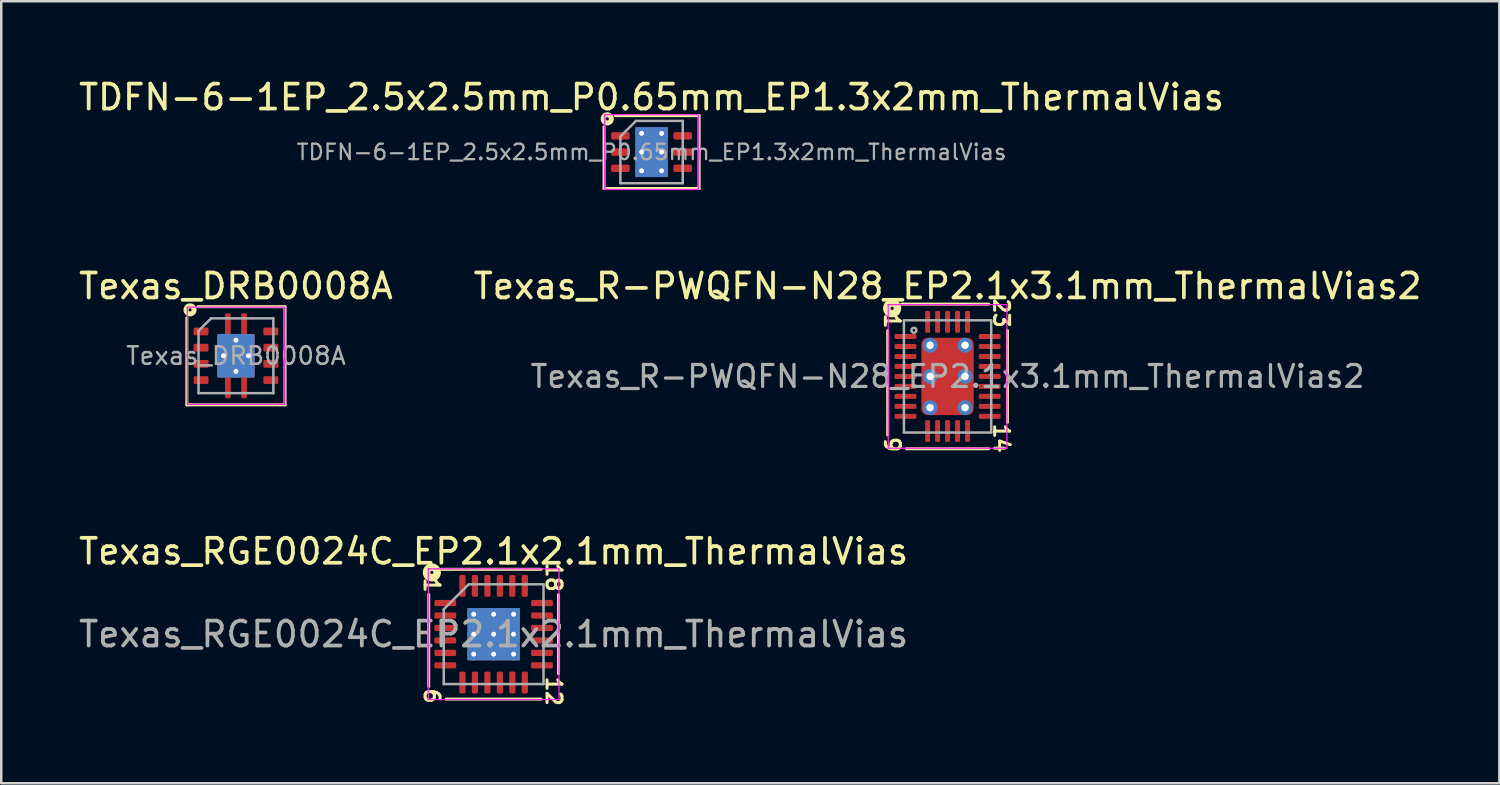
<source format=kicad_pcb>
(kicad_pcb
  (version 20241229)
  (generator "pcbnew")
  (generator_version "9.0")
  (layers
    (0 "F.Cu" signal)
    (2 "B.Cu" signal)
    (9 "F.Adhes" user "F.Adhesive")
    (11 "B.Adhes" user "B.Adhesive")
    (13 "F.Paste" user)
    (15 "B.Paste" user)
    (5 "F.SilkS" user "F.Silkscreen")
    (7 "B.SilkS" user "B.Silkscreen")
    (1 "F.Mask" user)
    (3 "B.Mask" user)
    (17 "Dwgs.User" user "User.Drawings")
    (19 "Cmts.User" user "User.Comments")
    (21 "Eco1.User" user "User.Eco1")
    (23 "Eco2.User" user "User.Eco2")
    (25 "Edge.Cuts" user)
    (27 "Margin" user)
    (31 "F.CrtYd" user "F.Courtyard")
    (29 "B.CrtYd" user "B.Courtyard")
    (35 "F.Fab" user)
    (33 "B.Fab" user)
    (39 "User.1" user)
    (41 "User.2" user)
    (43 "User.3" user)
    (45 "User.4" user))
  (footprint "Texas_DRB0008A"
    (layer "F.Cu")
    (at 6.411 11.216)
    (property "Reference" "Texas_DRB0008A" (at 0 -2.794 0) (layer "F.SilkS") (effects (font (size 1 1) (thickness 0.15))))
    (attr smd)
    (fp_line (start -1.968 -1.524) (end -1.968 1.968) (stroke (width 0.12) (type solid)) (layer "F.SilkS"))
    (fp_line (start -1.968 1.968) (end 1.968 1.968) (stroke (width 0.12) (type solid)) (layer "F.SilkS"))
    (fp_line (start 1.968 -1.968) (end -1.524 -1.968) (stroke (width 0.12) (type solid)) (layer "F.SilkS"))
    (fp_line (start 1.968 1.968) (end 1.968 -1.968) (stroke (width 0.12) (type solid)) (layer "F.SilkS"))
    (fp_circle (center -1.841 -1.841) (end -1.778 -1.841) (stroke (width 0.2) (type solid)) (fill no) (layer "F.SilkS"))
    (fp_line (start -1.95 -1.95) (end -1.95 1.95) (stroke (width 0.05) (type solid)) (layer "F.CrtYd"))
    (fp_line (start -1.95 -1.95) (end 1.95 -1.95) (stroke (width 0.05) (type solid)) (layer "F.CrtYd"))
    (fp_line (start -1.95 1.95) (end 1.95 1.95) (stroke (width 0.05) (type solid)) (layer "F.CrtYd"))
    (fp_line (start 1.95 -1.95) (end 1.95 1.95) (stroke (width 0.05) (type solid)) (layer "F.CrtYd"))
    (fp_line (start -1.5 -1) (end -1.5 1.5) (stroke (width 0.1) (type solid)) (layer "F.Fab"))
    (fp_line (start -1.5 -1) (end -1 -1.5) (stroke (width 0.1) (type solid)) (layer "F.Fab"))
    (fp_line (start -1.5 1.5) (end 1.5 1.5) (stroke (width 0.1) (type solid)) (layer "F.Fab"))
    (fp_line (start -1 -1.5) (end 1.5 -1.5) (stroke (width 0.1) (type solid)) (layer "F.Fab"))
    (fp_line (start 1.5 -1.5) (end 1.5 1.5) (stroke (width 0.1) (type solid)) (layer "F.Fab"))
    (fp_text user "${REFERENCE}" (at 0 0 0) (layer "F.Fab") (effects (font (size 0.7 0.7) (thickness 0.1))))
    (pad "" smd roundrect (at -0.325 -1.337) (size 0.23 0.725) (layers "F.Paste") (roundrect_rratio 0.22))
    (pad "" smd roundrect (at -0.325 1.337) (size 0.23 0.725) (layers "F.Paste") (roundrect_rratio 0.22))
    (pad "" smd roundrect (at 0 0) (size 1.34 1.55) (layers "F.Paste") (roundrect_rratio 0.038))
    (pad "" smd roundrect (at 0.325 -1.337) (size 0.23 0.725) (layers "F.Paste") (roundrect_rratio 0.22))
    (pad "" smd roundrect (at 0.325 1.337) (size 0.23 0.725) (layers "F.Paste") (roundrect_rratio 0.22))
    (pad "1" smd roundrect (at -1.4 -0.975) (size 0.6 0.31) (layers "F.Cu" "F.Mask" "F.Paste") (roundrect_rratio 0.16))
    (pad "2" smd roundrect (at -1.4 -0.325) (size 0.6 0.31) (layers "F.Cu" "F.Mask" "F.Paste") (roundrect_rratio 0.16))
    (pad "3" smd roundrect (at -1.4 0.325) (size 0.6 0.31) (layers "F.Cu" "F.Mask" "F.Paste") (roundrect_rratio 0.16))
    (pad "4" smd roundrect (at -1.4 0.975) (size 0.6 0.31) (layers "F.Cu" "F.Mask" "F.Paste") (roundrect_rratio 0.16))
    (pad "5" smd roundrect (at 1.4 0.975) (size 0.6 0.31) (layers "F.Cu" "F.Mask" "F.Paste") (roundrect_rratio 0.16))
    (pad "6" smd roundrect (at 1.4 0.325) (size 0.6 0.31) (layers "F.Cu" "F.Mask" "F.Paste") (roundrect_rratio 0.16))
    (pad "7" smd roundrect (at 1.4 -0.325) (size 0.6 0.31) (layers "F.Cu" "F.Mask" "F.Paste") (roundrect_rratio 0.16))
    (pad "8" smd roundrect (at 1.4 -0.975) (size 0.6 0.31) (layers "F.Cu" "F.Mask" "F.Paste") (roundrect_rratio 0.16))
    (pad "9" thru_hole circle (at -0.5 0) (size 0.5 0.5) (drill 0.2) (layers "*.Cu"))
    (pad "9" smd roundrect (at -0.325 -1.188) (size 0.23 1.025) (layers "F.Cu" "F.Mask") (roundrect_rratio 0.22))
    (pad "9" smd roundrect (at -0.325 1.188) (size 0.23 1.025) (layers "F.Cu" "F.Mask") (roundrect_rratio 0.22))
    (pad "9" thru_hole circle (at 0 -0.625) (size 0.5 0.5) (drill 0.2) (layers "*.Cu"))
    (pad "9" smd roundrect (at 0 0) (size 1.5 1.75) (layers "F.Cu" "F.Mask") (roundrect_rratio 0.034))
    (pad "9" smd roundrect (at 0 0) (size 1.5 1.75) (layers "B.Cu" "B.Mask") (roundrect_rratio 0.034))
    (pad "9" thru_hole circle (at 0 0.625) (size 0.5 0.5) (drill 0.2) (layers "*.Cu"))
    (pad "9" smd roundrect (at 0.325 -1.188) (size 0.23 1.025) (layers "F.Cu" "F.Mask") (roundrect_rratio 0.22))
    (pad "9" smd roundrect (at 0.325 1.188) (size 0.23 1.025) (layers "F.Cu" "F.Mask") (roundrect_rratio 0.22))
    (pad "9" thru_hole circle (at 0.5 0) (size 0.5 0.5) (drill 0.2) (layers "*.Cu")))
  (footprint "Texas_RGE0024C_EP2.1x2.1mm_ThermalVias"
    (layer "F.Cu")
    (at 16.744 22.38)
    (property "Reference" "Texas_RGE0024C_EP2.1x2.1mm_ThermalVias" (at 0 -3.32 0) (layer "F.SilkS") (effects (font (size 1 1) (thickness 0.15))))
    (attr smd)
    (fp_line (start -2.603 -1.587) (end -2.603 2.095) (stroke (width 0.12) (type solid)) (layer "F.SilkS"))
    (fp_line (start -1.905 2.603) (end 1.905 2.603) (stroke (width 0.12) (type solid)) (layer "F.SilkS"))
    (fp_line (start 1.905 -2.603) (end -2.095 -2.603) (stroke (width 0.12) (type solid)) (layer "F.SilkS"))
    (fp_line (start 2.603 1.587) (end 2.603 -1.587) (stroke (width 0.12) (type solid)) (layer "F.SilkS"))
    (fp_circle (center -2.477 -2.477) (end -2.413 -2.477) (stroke (width 0.3) (type solid)) (fill no) (layer "F.SilkS"))
    (fp_line (start -2.62 -2.62) (end -2.62 2.62) (stroke (width 0.05) (type solid)) (layer "F.CrtYd"))
    (fp_line (start -2.62 2.62) (end 2.62 2.62) (stroke (width 0.05) (type solid)) (layer "F.CrtYd"))
    (fp_line (start 2.62 -2.62) (end -2.62 -2.62) (stroke (width 0.05) (type solid)) (layer "F.CrtYd"))
    (fp_line (start 2.62 2.62) (end 2.62 -2.62) (stroke (width 0.05) (type solid)) (layer "F.CrtYd"))
    (fp_line (start -2 -1) (end -1 -2) (stroke (width 0.1) (type solid)) (layer "F.Fab"))
    (fp_line (start -2 2) (end -2 -1) (stroke (width 0.1) (type solid)) (layer "F.Fab"))
    (fp_line (start -1 -2) (end 2 -2) (stroke (width 0.1) (type solid)) (layer "F.Fab"))
    (fp_line (start 2 -2) (end 2 2) (stroke (width 0.1) (type solid)) (layer "F.Fab"))
    (fp_line (start 2 2) (end -2 2) (stroke (width 0.1) (type solid)) (layer "F.Fab"))
    (fp_text user "1" (at -2.477 -1.968 270) (unlocked yes) (layer "F.SilkS") (effects (font (size 0.6 0.6) (thickness 0.12))))
    (fp_text user "6" (at -2.477 2.477 270) (unlocked yes) (layer "F.SilkS") (effects (font (size 0.6 0.6) (thickness 0.12))))
    (fp_text user "18" (at 2.413 -2.286 270) (unlocked yes) (layer "F.SilkS") (effects (font (size 0.6 0.6) (thickness 0.12))))
    (fp_text user "12" (at 2.413 2.286 270) (unlocked yes) (layer "F.SilkS") (effects (font (size 0.6 0.6) (thickness 0.12))))
    (fp_text user "${REFERENCE}" (at 0 0 0) (layer "F.Fab") (effects (font (size 1 1) (thickness 0.15))))
    (pad "" smd roundrect (at -0.525 -0.525) (size 0.85 0.85) (layers "F.Paste") (roundrect_rratio 0.25))
    (pad "" smd roundrect (at -0.525 0.525) (size 0.85 0.85) (layers "F.Paste") (roundrect_rratio 0.25))
    (pad "" smd roundrect (at 0.525 -0.525) (size 0.85 0.85) (layers "F.Paste") (roundrect_rratio 0.25))
    (pad "" smd roundrect (at 0.525 0.525) (size 0.85 0.85) (layers "F.Paste") (roundrect_rratio 0.25))
    (pad "1" smd roundrect (at -1.938 -1.25) (size 0.875 0.25) (layers "F.Cu" "F.Mask" "F.Paste") (roundrect_rratio 0.25))
    (pad "2" smd roundrect (at -1.938 -0.75) (size 0.875 0.25) (layers "F.Cu" "F.Mask" "F.Paste") (roundrect_rratio 0.25))
    (pad "3" smd roundrect (at -1.938 -0.25) (size 0.875 0.25) (layers "F.Cu" "F.Mask" "F.Paste") (roundrect_rratio 0.25))
    (pad "4" smd roundrect (at -1.938 0.25) (size 0.875 0.25) (layers "F.Cu" "F.Mask" "F.Paste") (roundrect_rratio 0.25))
    (pad "5" smd roundrect (at -1.938 0.75) (size 0.875 0.25) (layers "F.Cu" "F.Mask" "F.Paste") (roundrect_rratio 0.25))
    (pad "6" smd roundrect (at -1.938 1.25) (size 0.875 0.25) (layers "F.Cu" "F.Mask" "F.Paste") (roundrect_rratio 0.25))
    (pad "7" smd roundrect (at -1.25 1.938) (size 0.25 0.875) (layers "F.Cu" "F.Mask" "F.Paste") (roundrect_rratio 0.25))
    (pad "8" smd roundrect (at -0.75 1.938) (size 0.25 0.875) (layers "F.Cu" "F.Mask" "F.Paste") (roundrect_rratio 0.25))
    (pad "9" smd roundrect (at -0.25 1.938) (size 0.25 0.875) (layers "F.Cu" "F.Mask" "F.Paste") (roundrect_rratio 0.25))
    (pad "10" smd roundrect (at 0.25 1.938) (size 0.25 0.875) (layers "F.Cu" "F.Mask" "F.Paste") (roundrect_rratio 0.25))
    (pad "11" smd roundrect (at 0.75 1.938) (size 0.25 0.875) (layers "F.Cu" "F.Mask" "F.Paste") (roundrect_rratio 0.25))
    (pad "12" smd roundrect (at 1.25 1.938) (size 0.25 0.875) (layers "F.Cu" "F.Mask" "F.Paste") (roundrect_rratio 0.25))
    (pad "13" smd roundrect (at 1.938 1.25) (size 0.875 0.25) (layers "F.Cu" "F.Mask" "F.Paste") (roundrect_rratio 0.25))
    (pad "14" smd roundrect (at 1.938 0.75) (size 0.875 0.25) (layers "F.Cu" "F.Mask" "F.Paste") (roundrect_rratio 0.25))
    (pad "15" smd roundrect (at 1.938 0.25) (size 0.875 0.25) (layers "F.Cu" "F.Mask" "F.Paste") (roundrect_rratio 0.25))
    (pad "16" smd roundrect (at 1.938 -0.25) (size 0.875 0.25) (layers "F.Cu" "F.Mask" "F.Paste") (roundrect_rratio 0.25))
    (pad "17" smd roundrect (at 1.938 -0.75) (size 0.875 0.25) (layers "F.Cu" "F.Mask" "F.Paste") (roundrect_rratio 0.25))
    (pad "18" smd roundrect (at 1.938 -1.25) (size 0.875 0.25) (layers "F.Cu" "F.Mask" "F.Paste") (roundrect_rratio 0.25))
    (pad "19" smd roundrect (at 1.25 -1.938) (size 0.25 0.875) (layers "F.Cu" "F.Mask" "F.Paste") (roundrect_rratio 0.25))
    (pad "20" smd roundrect (at 0.75 -1.938) (size 0.25 0.875) (layers "F.Cu" "F.Mask" "F.Paste") (roundrect_rratio 0.25))
    (pad "21" smd roundrect (at 0.25 -1.938) (size 0.25 0.875) (layers "F.Cu" "F.Mask" "F.Paste") (roundrect_rratio 0.25))
    (pad "22" smd roundrect (at -0.25 -1.938) (size 0.25 0.875) (layers "F.Cu" "F.Mask" "F.Paste") (roundrect_rratio 0.25))
    (pad "23" smd roundrect (at -0.75 -1.938) (size 0.25 0.875) (layers "F.Cu" "F.Mask" "F.Paste") (roundrect_rratio 0.25))
    (pad "24" smd roundrect (at -1.25 -1.938) (size 0.25 0.875) (layers "F.Cu" "F.Mask" "F.Paste") (roundrect_rratio 0.25))
    (pad "25" thru_hole circle (at -0.8 -0.8) (size 0.5 0.5) (drill 0.2) (layers "*.Cu"))
    (pad "25" thru_hole circle (at -0.8 0) (size 0.5 0.5) (drill 0.2) (layers "*.Cu"))
    (pad "25" thru_hole circle (at -0.8 0.8) (size 0.5 0.5) (drill 0.2) (layers "*.Cu"))
    (pad "25" thru_hole circle (at 0 -0.8) (size 0.5 0.5) (drill 0.2) (layers "*.Cu"))
    (pad "25" thru_hole circle (at 0 0) (size 0.5 0.5) (drill 0.2) (layers "*.Cu"))
    (pad "25" smd rect (at 0 0) (size 2.1 2.1) (layers "F.Cu" "F.Mask"))
    (pad "25" smd rect (at 0 0) (size 2.1 2.1) (layers "B.Cu" "B.Mask"))
    (pad "25" thru_hole circle (at 0 0.8) (size 0.5 0.5) (drill 0.2) (layers "*.Cu"))
    (pad "25" thru_hole circle (at 0.8 -0.8) (size 0.5 0.5) (drill 0.2) (layers "*.Cu"))
    (pad "25" thru_hole circle (at 0.8 0) (size 0.5 0.5) (drill 0.2) (layers "*.Cu"))
    (pad "25" thru_hole circle (at 0.8 0.8) (size 0.5 0.5) (drill 0.2) (layers "*.Cu")))
  (footprint "Texas_R-PWQFN-N28_EP2.1x3.1mm_ThermalVias2"
    (layer "F.Cu")
    (at 34.946 12.044)
    (property "Reference" "Texas_R-PWQFN-N28_EP2.1x3.1mm_ThermalVias2" (at 0 -3.623 0) (layer "F.SilkS") (effects (font (size 1 1) (thickness 0.15))))
    (attr smd)
    (fp_line (start -2.4 -1.841) (end -2.4 2.349) (stroke (width 0.12) (type solid)) (layer "F.SilkS"))
    (fp_line (start -1.651 2.9) (end 1.651 2.9) (stroke (width 0.12) (type solid)) (layer "F.SilkS"))
    (fp_line (start 1.651 -2.9) (end -1.841 -2.9) (stroke (width 0.12) (type solid)) (layer "F.SilkS"))
    (fp_line (start 2.4 1.841) (end 2.4 -1.841) (stroke (width 0.12) (type solid)) (layer "F.SilkS"))
    (fp_circle (center -2.223 -2.731) (end -2.159 -2.731) (stroke (width 0.3) (type solid)) (fill no) (layer "F.SilkS"))
    (fp_line (start -2.38 -2.88) (end -2.38 2.88) (stroke (width 0.05) (type solid)) (layer "F.CrtYd"))
    (fp_line (start -2.38 2.88) (end 2.38 2.88) (stroke (width 0.05) (type solid)) (layer "F.CrtYd"))
    (fp_line (start 2.38 -2.88) (end -2.38 -2.88) (stroke (width 0.05) (type solid)) (layer "F.CrtYd"))
    (fp_line (start 2.38 2.88) (end 2.38 -2.88) (stroke (width 0.05) (type solid)) (layer "F.CrtYd"))
    (fp_line (start -1.75 -2.25) (end 1.75 -2.25) (stroke (width 0.1) (type solid)) (layer "F.Fab"))
    (fp_line (start -1.75 2.25) (end -1.75 -2.25) (stroke (width 0.1) (type solid)) (layer "F.Fab"))
    (fp_line (start 1.75 -2.25) (end 1.75 2.25) (stroke (width 0.1) (type solid)) (layer "F.Fab"))
    (fp_line (start 1.75 2.25) (end -1.75 2.25) (stroke (width 0.1) (type solid)) (layer "F.Fab"))
    (fp_circle (center -1.35 -1.85) (end -1.25 -1.85) (stroke (width 0.1) (type solid)) (fill no) (layer "F.Fab"))
    (fp_text user "9" (at -2.223 2.731 270) (unlocked yes) (layer "F.SilkS") (effects (font (size 0.6 0.6) (thickness 0.12))))
    (fp_text user "14" (at 2.159 2.477 270) (unlocked yes) (layer "F.SilkS") (effects (font (size 0.6 0.6) (thickness 0.12))))
    (fp_text user "1" (at -2.223 -2.223 270) (unlocked yes) (layer "F.SilkS") (effects (font (size 0.6 0.6) (thickness 0.12))))
    (fp_text user "23" (at 2.159 -2.54 270) (unlocked yes) (layer "F.SilkS") (effects (font (size 0.6 0.6) (thickness 0.12))))
    (fp_text user "${REFERENCE}" (at 0 0 0) (layer "F.Fab") (effects (font (size 0.88 0.88) (thickness 0.13))))
    (pad "" smd roundrect (at -0.45 -0.625) (size 0.7 0.45) (layers "F.Paste") (roundrect_rratio 0.25))
    (pad "" smd roundrect (at -0.45 0.625) (size 0.7 0.45) (layers "F.Paste") (roundrect_rratio 0.25))
    (pad "" smd roundrect (at 0 -0.625 270) (size 0.65 1.9) (layers "F.Mask") (roundrect_rratio 0.25))
    (pad "" smd roundrect (at 0 0.625 270) (size 0.65 1.9) (layers "F.Mask") (roundrect_rratio 0.25))
    (pad "" smd roundrect (at 0.45 -0.625) (size 0.7 0.45) (layers "F.Paste") (roundrect_rratio 0.25))
    (pad "" smd roundrect (at 0.45 0.625) (size 0.7 0.45) (layers "F.Paste") (roundrect_rratio 0.25))
    (pad "1" smd roundrect (at -1.688 -1.6) (size 0.875 0.2) (layers "F.Cu" "F.Mask" "F.Paste") (roundrect_rratio 0.25))
    (pad "2" smd roundrect (at -1.688 -1.2) (size 0.875 0.2) (layers "F.Cu" "F.Mask" "F.Paste") (roundrect_rratio 0.25))
    (pad "3" smd roundrect (at -1.688 -0.8) (size 0.875 0.2) (layers "F.Cu" "F.Mask" "F.Paste") (roundrect_rratio 0.25))
    (pad "4" smd roundrect (at -1.688 -0.4) (size 0.875 0.2) (layers "F.Cu" "F.Mask" "F.Paste") (roundrect_rratio 0.25))
    (pad "5" smd roundrect (at -1.688 0) (size 0.875 0.2) (layers "F.Cu" "F.Mask" "F.Paste") (roundrect_rratio 0.25))
    (pad "6" smd roundrect (at -1.688 0.4) (size 0.875 0.2) (layers "F.Cu" "F.Mask" "F.Paste") (roundrect_rratio 0.25))
    (pad "7" smd roundrect (at -1.688 0.8) (size 0.875 0.2) (layers "F.Cu" "F.Mask" "F.Paste") (roundrect_rratio 0.25))
    (pad "8" smd roundrect (at -1.688 1.2) (size 0.875 0.2) (layers "F.Cu" "F.Mask" "F.Paste") (roundrect_rratio 0.25))
    (pad "9" smd roundrect (at -1.688 1.6) (size 0.875 0.2) (layers "F.Cu" "F.Mask" "F.Paste") (roundrect_rratio 0.25))
    (pad "10" smd roundrect (at -0.8 2.188) (size 0.2 0.875) (layers "F.Cu" "F.Mask" "F.Paste") (roundrect_rratio 0.25))
    (pad "11" smd roundrect (at -0.4 2.188) (size 0.2 0.875) (layers "F.Cu" "F.Mask" "F.Paste") (roundrect_rratio 0.25))
    (pad "12" smd roundrect (at 0 2.188) (size 0.2 0.875) (layers "F.Cu" "F.Mask" "F.Paste") (roundrect_rratio 0.25))
    (pad "13" smd roundrect (at 0.4 2.188) (size 0.2 0.875) (layers "F.Cu" "F.Mask" "F.Paste") (roundrect_rratio 0.25))
    (pad "14" smd roundrect (at 0.8 2.188) (size 0.2 0.875) (layers "F.Cu" "F.Mask" "F.Paste") (roundrect_rratio 0.25))
    (pad "15" smd roundrect (at 1.688 1.6) (size 0.875 0.2) (layers "F.Cu" "F.Mask" "F.Paste") (roundrect_rratio 0.25))
    (pad "16" smd roundrect (at 1.688 1.2) (size 0.875 0.2) (layers "F.Cu" "F.Mask" "F.Paste") (roundrect_rratio 0.25))
    (pad "17" smd roundrect (at 1.688 0.8) (size 0.875 0.2) (layers "F.Cu" "F.Mask" "F.Paste") (roundrect_rratio 0.25))
    (pad "18" smd roundrect (at 1.688 0.4) (size 0.875 0.2) (layers "F.Cu" "F.Mask" "F.Paste") (roundrect_rratio 0.25))
    (pad "19" smd roundrect (at 1.688 0) (size 0.875 0.2) (layers "F.Cu" "F.Mask" "F.Paste") (roundrect_rratio 0.25))
    (pad "20" smd roundrect (at 1.688 -0.4) (size 0.875 0.2) (layers "F.Cu" "F.Mask" "F.Paste") (roundrect_rratio 0.25))
    (pad "21" smd roundrect (at 1.688 -0.8) (size 0.875 0.2) (layers "F.Cu" "F.Mask" "F.Paste") (roundrect_rratio 0.25))
    (pad "22" smd roundrect (at 1.688 -1.2) (size 0.875 0.2) (layers "F.Cu" "F.Mask" "F.Paste") (roundrect_rratio 0.25))
    (pad "23" smd roundrect (at 1.688 -1.6) (size 0.875 0.2) (layers "F.Cu" "F.Mask" "F.Paste") (roundrect_rratio 0.25))
    (pad "24" smd roundrect (at 0.8 -2.188) (size 0.2 0.875) (layers "F.Cu" "F.Mask" "F.Paste") (roundrect_rratio 0.25))
    (pad "25" smd roundrect (at 0.4 -2.188) (size 0.2 0.875) (layers "F.Cu" "F.Mask" "F.Paste") (roundrect_rratio 0.25))
    (pad "26" smd roundrect (at 0 -2.188) (size 0.2 0.875) (layers "F.Cu" "F.Mask" "F.Paste") (roundrect_rratio 0.25))
    (pad "27" smd roundrect (at -0.4 -2.188) (size 0.2 0.875) (layers "F.Cu" "F.Mask" "F.Paste") (roundrect_rratio 0.25))
    (pad "28" smd roundrect (at -0.8 -2.188) (size 0.2 0.875) (layers "F.Cu" "F.Mask" "F.Paste") (roundrect_rratio 0.25))
    (pad "29" thru_hole circle (at -0.7 -1.25 180) (size 0.6 0.6) (drill 0.3) (property pad_prop_heatsink) (layers "*.Cu" "*.Mask"))
    (pad "29" thru_hole circle (at -0.7 0 180) (size 0.6 0.6) (drill 0.3) (property pad_prop_heatsink) (layers "*.Cu" "*.Mask"))
    (pad "29" thru_hole circle (at -0.7 1.25 180) (size 0.6 0.6) (drill 0.3) (property pad_prop_heatsink) (layers "*.Cu" "*.Mask"))
    (pad "29" smd roundrect (at 0 0) (size 2.1 3.1) (layers "F.Cu") (roundrect_rratio 0.119))
    (pad "29" thru_hole circle (at 0.7 -1.25 180) (size 0.6 0.6) (drill 0.3) (property pad_prop_heatsink) (layers "*.Cu" "*.Mask"))
    (pad "29" thru_hole circle (at 0.7 0 180) (size 0.6 0.6) (drill 0.3) (property pad_prop_heatsink) (layers "*.Cu" "*.Mask"))
    (pad "29" thru_hole circle (at 0.7 1.25 180) (size 0.6 0.6) (drill 0.3) (property pad_prop_heatsink) (layers "*.Cu" "*.Mask")))
  (footprint "TDFN-6-1EP_2.5x2.5mm_P0.65mm_EP1.3x2mm_ThermalVias"
    (layer "F.Cu")
    (at 23.077 3.048)
    (property "Reference" "TDFN-6-1EP_2.5x2.5mm_P0.65mm_EP1.3x2mm_ThermalVias" (at 0 -2.2 0) (layer "F.SilkS") (effects (font (size 1 1) (thickness 0.15))))
    (attr smd)
    (fp_line (start -1.905 -1.016) (end -1.905 1.46) (stroke (width 0.12) (type solid)) (layer "F.SilkS"))
    (fp_line (start -1.905 1.46) (end 1.905 1.46) (stroke (width 0.12) (type solid)) (layer "F.SilkS"))
    (fp_line (start 1.905 -1.46) (end -1.46 -1.46) (stroke (width 0.12) (type solid)) (layer "F.SilkS"))
    (fp_line (start 1.905 1.46) (end 1.905 -1.46) (stroke (width 0.12) (type solid)) (layer "F.SilkS"))
    (fp_circle (center -1.778 -1.333) (end -1.714 -1.333) (stroke (width 0.2) (type solid)) (fill no) (layer "F.SilkS"))
    (fp_line (start -1.88 -1.5) (end -1.88 1.5) (stroke (width 0.05) (type solid)) (layer "F.CrtYd"))
    (fp_line (start -1.88 1.5) (end 1.88 1.5) (stroke (width 0.05) (type solid)) (layer "F.CrtYd"))
    (fp_line (start 1.88 -1.5) (end -1.88 -1.5) (stroke (width 0.05) (type solid)) (layer "F.CrtYd"))
    (fp_line (start 1.88 1.5) (end 1.88 -1.5) (stroke (width 0.05) (type solid)) (layer "F.CrtYd"))
    (fp_line (start -1.25 -0.625) (end -0.625 -1.25) (stroke (width 0.1) (type solid)) (layer "F.Fab"))
    (fp_line (start -1.25 1.25) (end -1.25 -0.625) (stroke (width 0.1) (type solid)) (layer "F.Fab"))
    (fp_line (start -0.625 -1.25) (end 1.25 -1.25) (stroke (width 0.1) (type solid)) (layer "F.Fab"))
    (fp_line (start 1.25 -1.25) (end 1.25 1.25) (stroke (width 0.1) (type solid)) (layer "F.Fab"))
    (fp_line (start 1.25 1.25) (end -1.25 1.25) (stroke (width 0.1) (type solid)) (layer "F.Fab"))
    (fp_text user "${REFERENCE}" (at 0 0 0) (layer "F.Fab") (effects (font (size 0.62 0.62) (thickness 0.09))))
    (pad "" smd roundrect (at -0.325 -0.5) (size 0.56 0.87) (layers "F.Paste") (roundrect_rratio 0.25))
    (pad "" smd roundrect (at -0.325 0.5) (size 0.56 0.87) (layers "F.Paste") (roundrect_rratio 0.25))
    (pad "" smd roundrect (at 0.325 -0.5) (size 0.56 0.87) (layers "F.Paste") (roundrect_rratio 0.25))
    (pad "" smd roundrect (at 0.325 0.5) (size 0.56 0.87) (layers "F.Paste") (roundrect_rratio 0.25))
    (pad "1" smd roundrect (at -1.25 -0.65) (size 0.75 0.3) (layers "F.Cu" "F.Mask" "F.Paste") (roundrect_rratio 0.25))
    (pad "2" smd roundrect (at -1.25 0) (size 0.75 0.3) (layers "F.Cu" "F.Mask" "F.Paste") (roundrect_rratio 0.25))
    (pad "3" smd roundrect (at -1.25 0.65) (size 0.75 0.3) (layers "F.Cu" "F.Mask" "F.Paste") (roundrect_rratio 0.25))
    (pad "4" smd roundrect (at 1.25 0.65) (size 0.75 0.3) (layers "F.Cu" "F.Mask" "F.Paste") (roundrect_rratio 0.25))
    (pad "5" smd roundrect (at 1.25 0) (size 0.75 0.3) (layers "F.Cu" "F.Mask" "F.Paste") (roundrect_rratio 0.25))
    (pad "6" smd roundrect (at 1.25 -0.65) (size 0.75 0.3) (layers "F.Cu" "F.Mask" "F.Paste") (roundrect_rratio 0.25))
    (pad "7" thru_hole circle (at -0.4 -0.75) (size 0.5 0.5) (drill 0.2) (layers "*.Cu"))
    (pad "7" thru_hole circle (at -0.4 0) (size 0.5 0.5) (drill 0.2) (layers "*.Cu"))
    (pad "7" thru_hole circle (at -0.4 0.75) (size 0.5 0.5) (drill 0.2) (layers "*.Cu"))
    (pad "7" smd rect (at 0 0) (size 1.3 2) (layers "F.Cu" "F.Mask"))
    (pad "7" smd rect (at 0 0) (size 1.3 2) (layers "B.Cu" "B.Mask"))
    (pad "7" thru_hole circle (at 0.4 -0.75) (size 0.5 0.5) (drill 0.2) (layers "*.Cu"))
    (pad "7" thru_hole circle (at 0.4 0) (size 0.5 0.5) (drill 0.2) (layers "*.Cu"))
    (pad "7" thru_hole circle (at 0.4 0.75) (size 0.5 0.5) (drill 0.2) (layers "*.Cu")))
  (gr_rect
    (start -3 -3)
    (end 57.071 28.358)
    (stroke (width 0.1) (type default))
    (fill no)
    (layer "Edge.Cuts")))
</source>
